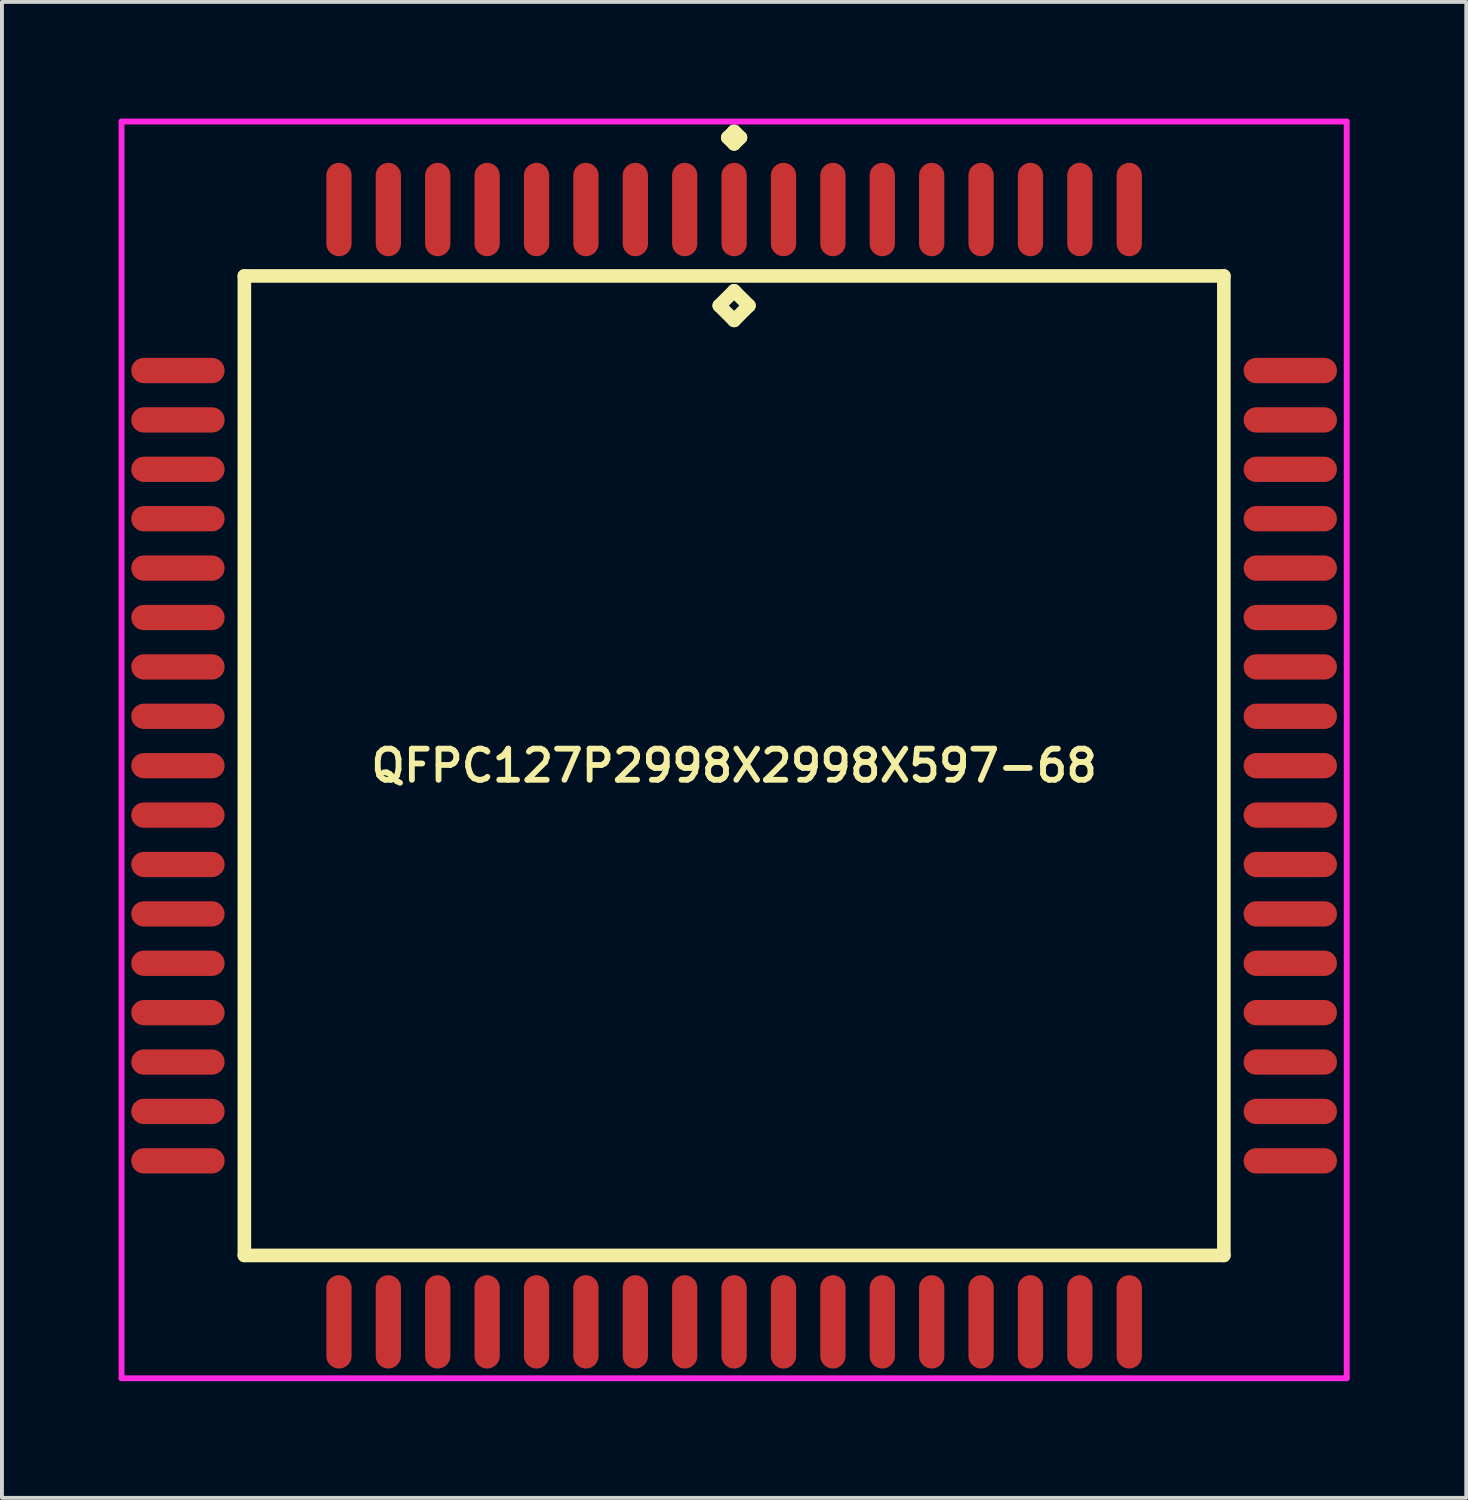
<source format=kicad_pcb>
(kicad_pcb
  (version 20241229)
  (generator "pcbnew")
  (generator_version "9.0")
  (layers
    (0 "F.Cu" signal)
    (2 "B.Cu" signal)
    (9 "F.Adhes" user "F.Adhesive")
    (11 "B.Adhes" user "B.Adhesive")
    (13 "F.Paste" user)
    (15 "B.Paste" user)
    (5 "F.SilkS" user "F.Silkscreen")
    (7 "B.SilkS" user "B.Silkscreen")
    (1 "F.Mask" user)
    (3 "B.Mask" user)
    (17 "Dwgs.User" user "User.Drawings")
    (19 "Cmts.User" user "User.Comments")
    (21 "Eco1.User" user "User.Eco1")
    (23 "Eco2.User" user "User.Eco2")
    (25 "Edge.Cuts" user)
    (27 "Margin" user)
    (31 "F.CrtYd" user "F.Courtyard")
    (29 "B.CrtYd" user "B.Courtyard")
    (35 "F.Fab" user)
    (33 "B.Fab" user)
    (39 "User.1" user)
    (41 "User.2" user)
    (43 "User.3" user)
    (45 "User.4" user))
  (footprint "QFPC127P2998X2998X597-68"
    (layer "F.Cu")
    (at 15.825 16.637)
    (property "Reference" "QFPC127P2998X2998X597-68" (at 0 0 0) (layer "F.SilkS") (effects (font (size 0.8 0.8) (thickness 0.15))))
    (attr through_hole)
    (fp_line (start -12.592 -12.592) (end -12.592 12.592) (stroke (width 0.35) (type solid)) (layer "F.SilkS"))
    (fp_line (start -12.592 12.592) (end 12.592 12.592) (stroke (width 0.35) (type solid)) (layer "F.SilkS"))
    (fp_line (start -0.381 -11.83) (end 0 -12.211) (stroke (width 0.35) (type solid)) (layer "F.SilkS"))
    (fp_line (start -0.163 -16.15) (end 0 -16.312) (stroke (width 0.35) (type solid)) (layer "F.SilkS"))
    (fp_line (start 0 -16.312) (end 0.163 -16.15) (stroke (width 0.35) (type solid)) (layer "F.SilkS"))
    (fp_line (start 0 -15.988) (end -0.163 -16.15) (stroke (width 0.35) (type solid)) (layer "F.SilkS"))
    (fp_line (start 0 -12.211) (end 0.381 -11.83) (stroke (width 0.35) (type solid)) (layer "F.SilkS"))
    (fp_line (start 0 -11.449) (end -0.381 -11.83) (stroke (width 0.35) (type solid)) (layer "F.SilkS"))
    (fp_line (start 0.163 -16.15) (end 0 -15.988) (stroke (width 0.35) (type solid)) (layer "F.SilkS"))
    (fp_line (start 0.381 -11.83) (end 0 -11.449) (stroke (width 0.35) (type solid)) (layer "F.SilkS"))
    (fp_line (start 12.592 -12.592) (end -12.592 -12.592) (stroke (width 0.35) (type solid)) (layer "F.SilkS"))
    (fp_line (start 12.592 12.592) (end 12.592 -12.592) (stroke (width 0.35) (type solid)) (layer "F.SilkS"))
    (fp_line (start -15.75 -16.562) (end 15.75 -16.562) (stroke (width 0.15) (type solid)) (layer "F.CrtYd"))
    (fp_line (start -15.75 15.75) (end -15.75 -16.562) (stroke (width 0.15) (type solid)) (layer "F.CrtYd"))
    (fp_line (start 15.75 -16.562) (end 15.75 15.75) (stroke (width 0.15) (type solid)) (layer "F.CrtYd"))
    (fp_line (start 15.75 15.75) (end -15.75 15.75) (stroke (width 0.15) (type solid)) (layer "F.CrtYd"))
    (pad "1" smd oval (at 0 -14.3) (size 0.65 2.4) (layers "F.Cu" "F.Mask" "F.Paste"))
    (pad "2" smd oval (at -1.27 -14.3) (size 0.65 2.4) (layers "F.Cu" "F.Mask" "F.Paste"))
    (pad "3" smd oval (at -2.54 -14.3) (size 0.65 2.4) (layers "F.Cu" "F.Mask" "F.Paste"))
    (pad "4" smd oval (at -3.81 -14.3) (size 0.65 2.4) (layers "F.Cu" "F.Mask" "F.Paste"))
    (pad "5" smd oval (at -5.08 -14.3) (size 0.65 2.4) (layers "F.Cu" "F.Mask" "F.Paste"))
    (pad "6" smd oval (at -6.35 -14.3) (size 0.65 2.4) (layers "F.Cu" "F.Mask" "F.Paste"))
    (pad "7" smd oval (at -7.62 -14.3) (size 0.65 2.4) (layers "F.Cu" "F.Mask" "F.Paste"))
    (pad "8" smd oval (at -8.89 -14.3) (size 0.65 2.4) (layers "F.Cu" "F.Mask" "F.Paste"))
    (pad "9" smd oval (at -10.16 -14.3) (size 0.65 2.4) (layers "F.Cu" "F.Mask" "F.Paste"))
    (pad "10" smd oval (at -14.3 -10.16) (size 2.4 0.65) (layers "F.Cu" "F.Mask" "F.Paste"))
    (pad "11" smd oval (at -14.3 -8.89) (size 2.4 0.65) (layers "F.Cu" "F.Mask" "F.Paste"))
    (pad "12" smd oval (at -14.3 -7.62) (size 2.4 0.65) (layers "F.Cu" "F.Mask" "F.Paste"))
    (pad "13" smd oval (at -14.3 -6.35) (size 2.4 0.65) (layers "F.Cu" "F.Mask" "F.Paste"))
    (pad "14" smd oval (at -14.3 -5.08) (size 2.4 0.65) (layers "F.Cu" "F.Mask" "F.Paste"))
    (pad "15" smd oval (at -14.3 -3.81) (size 2.4 0.65) (layers "F.Cu" "F.Mask" "F.Paste"))
    (pad "16" smd oval (at -14.3 -2.54) (size 2.4 0.65) (layers "F.Cu" "F.Mask" "F.Paste"))
    (pad "17" smd oval (at -14.3 -1.27) (size 2.4 0.65) (layers "F.Cu" "F.Mask" "F.Paste"))
    (pad "18" smd oval (at -14.3 0) (size 2.4 0.65) (layers "F.Cu" "F.Mask" "F.Paste"))
    (pad "19" smd oval (at -14.3 1.27) (size 2.4 0.65) (layers "F.Cu" "F.Mask" "F.Paste"))
    (pad "20" smd oval (at -14.3 2.54) (size 2.4 0.65) (layers "F.Cu" "F.Mask" "F.Paste"))
    (pad "21" smd oval (at -14.3 3.81) (size 2.4 0.65) (layers "F.Cu" "F.Mask" "F.Paste"))
    (pad "22" smd oval (at -14.3 5.08) (size 2.4 0.65) (layers "F.Cu" "F.Mask" "F.Paste"))
    (pad "23" smd oval (at -14.3 6.35) (size 2.4 0.65) (layers "F.Cu" "F.Mask" "F.Paste"))
    (pad "24" smd oval (at -14.3 7.62) (size 2.4 0.65) (layers "F.Cu" "F.Mask" "F.Paste"))
    (pad "25" smd oval (at -14.3 8.89) (size 2.4 0.65) (layers "F.Cu" "F.Mask" "F.Paste"))
    (pad "26" smd oval (at -14.3 10.16) (size 2.4 0.65) (layers "F.Cu" "F.Mask" "F.Paste"))
    (pad "27" smd oval (at -10.16 14.3) (size 0.65 2.4) (layers "F.Cu" "F.Mask" "F.Paste"))
    (pad "28" smd oval (at -8.89 14.3) (size 0.65 2.4) (layers "F.Cu" "F.Mask" "F.Paste"))
    (pad "29" smd oval (at -7.62 14.3) (size 0.65 2.4) (layers "F.Cu" "F.Mask" "F.Paste"))
    (pad "30" smd oval (at -6.35 14.3) (size 0.65 2.4) (layers "F.Cu" "F.Mask" "F.Paste"))
    (pad "31" smd oval (at -5.08 14.3) (size 0.65 2.4) (layers "F.Cu" "F.Mask" "F.Paste"))
    (pad "32" smd oval (at -3.81 14.3) (size 0.65 2.4) (layers "F.Cu" "F.Mask" "F.Paste"))
    (pad "33" smd oval (at -2.54 14.3) (size 0.65 2.4) (layers "F.Cu" "F.Mask" "F.Paste"))
    (pad "34" smd oval (at -1.27 14.3) (size 0.65 2.4) (layers "F.Cu" "F.Mask" "F.Paste"))
    (pad "35" smd oval (at 0 14.3) (size 0.65 2.4) (layers "F.Cu" "F.Mask" "F.Paste"))
    (pad "36" smd oval (at 1.27 14.3) (size 0.65 2.4) (layers "F.Cu" "F.Mask" "F.Paste"))
    (pad "37" smd oval (at 2.54 14.3) (size 0.65 2.4) (layers "F.Cu" "F.Mask" "F.Paste"))
    (pad "38" smd oval (at 3.81 14.3) (size 0.65 2.4) (layers "F.Cu" "F.Mask" "F.Paste"))
    (pad "39" smd oval (at 5.08 14.3) (size 0.65 2.4) (layers "F.Cu" "F.Mask" "F.Paste"))
    (pad "40" smd oval (at 6.35 14.3) (size 0.65 2.4) (layers "F.Cu" "F.Mask" "F.Paste"))
    (pad "41" smd oval (at 7.62 14.3) (size 0.65 2.4) (layers "F.Cu" "F.Mask" "F.Paste"))
    (pad "42" smd oval (at 8.89 14.3) (size 0.65 2.4) (layers "F.Cu" "F.Mask" "F.Paste"))
    (pad "43" smd oval (at 10.16 14.3) (size 0.65 2.4) (layers "F.Cu" "F.Mask" "F.Paste"))
    (pad "44" smd oval (at 14.3 10.16) (size 2.4 0.65) (layers "F.Cu" "F.Mask" "F.Paste"))
    (pad "45" smd oval (at 14.3 8.89) (size 2.4 0.65) (layers "F.Cu" "F.Mask" "F.Paste"))
    (pad "46" smd oval (at 14.3 7.62) (size 2.4 0.65) (layers "F.Cu" "F.Mask" "F.Paste"))
    (pad "47" smd oval (at 14.3 6.35) (size 2.4 0.65) (layers "F.Cu" "F.Mask" "F.Paste"))
    (pad "48" smd oval (at 14.3 5.08) (size 2.4 0.65) (layers "F.Cu" "F.Mask" "F.Paste"))
    (pad "49" smd oval (at 14.3 3.81) (size 2.4 0.65) (layers "F.Cu" "F.Mask" "F.Paste"))
    (pad "50" smd oval (at 14.3 2.54) (size 2.4 0.65) (layers "F.Cu" "F.Mask" "F.Paste"))
    (pad "51" smd oval (at 14.3 1.27) (size 2.4 0.65) (layers "F.Cu" "F.Mask" "F.Paste"))
    (pad "52" smd oval (at 14.3 0) (size 2.4 0.65) (layers "F.Cu" "F.Mask" "F.Paste"))
    (pad "53" smd oval (at 14.3 -1.27) (size 2.4 0.65) (layers "F.Cu" "F.Mask" "F.Paste"))
    (pad "54" smd oval (at 14.3 -2.54) (size 2.4 0.65) (layers "F.Cu" "F.Mask" "F.Paste"))
    (pad "55" smd oval (at 14.3 -3.81) (size 2.4 0.65) (layers "F.Cu" "F.Mask" "F.Paste"))
    (pad "56" smd oval (at 14.3 -5.08) (size 2.4 0.65) (layers "F.Cu" "F.Mask" "F.Paste"))
    (pad "57" smd oval (at 14.3 -6.35) (size 2.4 0.65) (layers "F.Cu" "F.Mask" "F.Paste"))
    (pad "58" smd oval (at 14.3 -7.62) (size 2.4 0.65) (layers "F.Cu" "F.Mask" "F.Paste"))
    (pad "59" smd oval (at 14.3 -8.89) (size 2.4 0.65) (layers "F.Cu" "F.Mask" "F.Paste"))
    (pad "60" smd oval (at 14.3 -10.16) (size 2.4 0.65) (layers "F.Cu" "F.Mask" "F.Paste"))
    (pad "61" smd oval (at 10.16 -14.3) (size 0.65 2.4) (layers "F.Cu" "F.Mask" "F.Paste"))
    (pad "62" smd oval (at 8.89 -14.3) (size 0.65 2.4) (layers "F.Cu" "F.Mask" "F.Paste"))
    (pad "63" smd oval (at 7.62 -14.3) (size 0.65 2.4) (layers "F.Cu" "F.Mask" "F.Paste"))
    (pad "64" smd oval (at 6.35 -14.3) (size 0.65 2.4) (layers "F.Cu" "F.Mask" "F.Paste"))
    (pad "65" smd oval (at 5.08 -14.3) (size 0.65 2.4) (layers "F.Cu" "F.Mask" "F.Paste"))
    (pad "66" smd oval (at 3.81 -14.3) (size 0.65 2.4) (layers "F.Cu" "F.Mask" "F.Paste"))
    (pad "67" smd oval (at 2.54 -14.3) (size 0.65 2.4) (layers "F.Cu" "F.Mask" "F.Paste"))
    (pad "68" smd oval (at 1.27 -14.3) (size 0.65 2.4) (layers "F.Cu" "F.Mask" "F.Paste")))
  (gr_rect
    (start -3 -3)
    (end 34.65 35.462)
    (stroke (width 0.1) (type default))
    (fill no)
    (layer "Edge.Cuts")))
</source>
